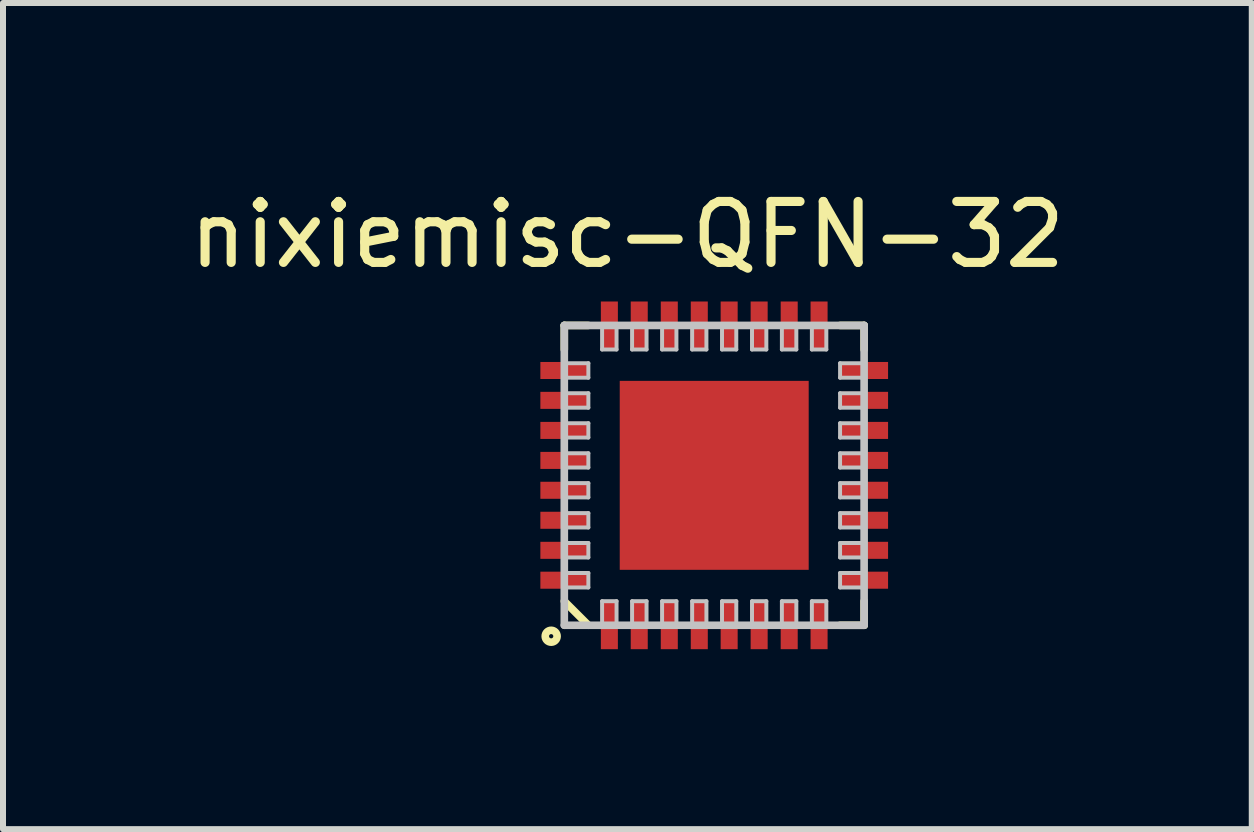
<source format=kicad_pcb>
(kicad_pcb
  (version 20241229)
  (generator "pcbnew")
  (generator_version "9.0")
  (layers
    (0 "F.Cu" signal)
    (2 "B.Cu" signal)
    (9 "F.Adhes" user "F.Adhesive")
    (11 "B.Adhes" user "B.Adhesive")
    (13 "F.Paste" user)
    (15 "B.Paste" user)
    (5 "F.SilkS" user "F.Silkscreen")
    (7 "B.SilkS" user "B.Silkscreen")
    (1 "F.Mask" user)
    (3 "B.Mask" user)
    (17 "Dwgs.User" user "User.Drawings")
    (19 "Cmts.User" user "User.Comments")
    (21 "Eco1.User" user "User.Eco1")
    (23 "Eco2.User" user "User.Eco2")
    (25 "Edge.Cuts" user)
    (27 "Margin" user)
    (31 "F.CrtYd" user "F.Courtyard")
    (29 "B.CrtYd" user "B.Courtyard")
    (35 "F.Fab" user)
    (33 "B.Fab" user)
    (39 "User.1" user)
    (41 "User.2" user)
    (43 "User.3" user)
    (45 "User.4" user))
  (footprint "nixiemisc-QFN-32"
    (placed yes)
    (layer "F.Cu")
    (at 8.856 4.874)
    (property "Reference" "nixiemisc-QFN-32" (at -1.448 -4.012 180) (layer "F.SilkS") (effects (font (size 1.016 1.016) (thickness 0.152))))
    (attr smd)
    (fp_line (start -2.499 -2.499) (end -2.098 -2.499) (stroke (width 0.127) (type solid)) (layer "F.SilkS"))
    (fp_line (start -2.499 -2.098) (end -2.499 -2.499) (stroke (width 0.127) (type solid)) (layer "F.SilkS"))
    (fp_line (start -2.499 2.098) (end -2.098 2.499) (stroke (width 0.127) (type solid)) (layer "F.SilkS"))
    (fp_line (start 2.098 -2.499) (end 2.499 -2.499) (stroke (width 0.127) (type solid)) (layer "F.SilkS"))
    (fp_line (start 2.499 -2.499) (end 2.499 -2.098) (stroke (width 0.127) (type solid)) (layer "F.SilkS"))
    (fp_line (start 2.499 2.098) (end 2.499 2.499) (stroke (width 0.127) (type solid)) (layer "F.SilkS"))
    (fp_line (start 2.499 2.499) (end 2.098 2.499) (stroke (width 0.127) (type solid)) (layer "F.SilkS"))
    (fp_circle (center -2.718 2.682) (end -2.718 2.583) (stroke (width 0.127) (type solid)) (fill no) (layer "F.SilkS"))
    (fp_line (start -1.448 -1.448) (end -0.15 -1.448) (stroke (width 0.066) (type solid)) (layer "F.Paste"))
    (fp_line (start -1.448 -0.15) (end -1.448 -1.448) (stroke (width 0.066) (type solid)) (layer "F.Paste"))
    (fp_line (start -1.448 -0.15) (end -0.15 -0.15) (stroke (width 0.066) (type solid)) (layer "F.Paste"))
    (fp_line (start -1.448 1.448) (end -1.448 0.15) (stroke (width 0.066) (type solid)) (layer "F.Paste"))
    (fp_line (start -0.15 -0.15) (end -0.15 -1.448) (stroke (width 0.066) (type solid)) (layer "F.Paste"))
    (fp_line (start -0.15 0.15) (end -1.448 0.15) (stroke (width 0.066) (type solid)) (layer "F.Paste"))
    (fp_line (start -0.15 1.448) (end -1.448 1.448) (stroke (width 0.066) (type solid)) (layer "F.Paste"))
    (fp_line (start -0.15 1.448) (end -0.15 0.15) (stroke (width 0.066) (type solid)) (layer "F.Paste"))
    (fp_line (start 0.15 -1.448) (end 0.15 -0.15) (stroke (width 0.066) (type solid)) (layer "F.Paste"))
    (fp_line (start 0.15 -1.448) (end 1.448 -1.448) (stroke (width 0.066) (type solid)) (layer "F.Paste"))
    (fp_line (start 0.15 -0.15) (end 1.448 -0.15) (stroke (width 0.066) (type solid)) (layer "F.Paste"))
    (fp_line (start 0.15 0.15) (end 0.15 1.448) (stroke (width 0.066) (type solid)) (layer "F.Paste"))
    (fp_line (start 1.448 -1.448) (end 1.448 -0.15) (stroke (width 0.066) (type solid)) (layer "F.Paste"))
    (fp_line (start 1.448 0.15) (end 0.15 0.15) (stroke (width 0.066) (type solid)) (layer "F.Paste"))
    (fp_line (start 1.448 0.15) (end 1.448 1.448) (stroke (width 0.066) (type solid)) (layer "F.Paste"))
    (fp_line (start 1.448 1.448) (end 0.15 1.448) (stroke (width 0.066) (type solid)) (layer "F.Paste"))
    (fp_line (start -2.499 -2.499) (end -2.499 2.499) (stroke (width 0.127) (type solid)) (layer "Dwgs.User"))
    (fp_line (start -2.499 -1.869) (end -2.098 -1.869) (stroke (width 0.066) (type solid)) (layer "Dwgs.User"))
    (fp_line (start -2.499 -1.628) (end -2.499 -1.869) (stroke (width 0.066) (type solid)) (layer "Dwgs.User"))
    (fp_line (start -2.499 -1.628) (end -2.098 -1.628) (stroke (width 0.066) (type solid)) (layer "Dwgs.User"))
    (fp_line (start -2.499 -1.369) (end -2.098 -1.369) (stroke (width 0.066) (type solid)) (layer "Dwgs.User"))
    (fp_line (start -2.499 -1.128) (end -2.499 -1.369) (stroke (width 0.066) (type solid)) (layer "Dwgs.User"))
    (fp_line (start -2.499 -1.128) (end -2.098 -1.128) (stroke (width 0.066) (type solid)) (layer "Dwgs.User"))
    (fp_line (start -2.499 -0.869) (end -2.098 -0.869) (stroke (width 0.066) (type solid)) (layer "Dwgs.User"))
    (fp_line (start -2.499 -0.63) (end -2.499 -0.869) (stroke (width 0.066) (type solid)) (layer "Dwgs.User"))
    (fp_line (start -2.499 -0.63) (end -2.098 -0.63) (stroke (width 0.066) (type solid)) (layer "Dwgs.User"))
    (fp_line (start -2.499 -0.368) (end -2.098 -0.368) (stroke (width 0.066) (type solid)) (layer "Dwgs.User"))
    (fp_line (start -2.499 -0.13) (end -2.499 -0.368) (stroke (width 0.066) (type solid)) (layer "Dwgs.User"))
    (fp_line (start -2.499 -0.13) (end -2.098 -0.13) (stroke (width 0.066) (type solid)) (layer "Dwgs.User"))
    (fp_line (start -2.499 0.13) (end -2.098 0.13) (stroke (width 0.066) (type solid)) (layer "Dwgs.User"))
    (fp_line (start -2.499 0.368) (end -2.499 0.13) (stroke (width 0.066) (type solid)) (layer "Dwgs.User"))
    (fp_line (start -2.499 0.368) (end -2.098 0.368) (stroke (width 0.066) (type solid)) (layer "Dwgs.User"))
    (fp_line (start -2.499 0.63) (end -2.098 0.63) (stroke (width 0.066) (type solid)) (layer "Dwgs.User"))
    (fp_line (start -2.499 0.869) (end -2.499 0.63) (stroke (width 0.066) (type solid)) (layer "Dwgs.User"))
    (fp_line (start -2.499 0.869) (end -2.098 0.869) (stroke (width 0.066) (type solid)) (layer "Dwgs.User"))
    (fp_line (start -2.499 1.128) (end -2.098 1.128) (stroke (width 0.066) (type solid)) (layer "Dwgs.User"))
    (fp_line (start -2.499 1.369) (end -2.499 1.128) (stroke (width 0.066) (type solid)) (layer "Dwgs.User"))
    (fp_line (start -2.499 1.369) (end -2.098 1.369) (stroke (width 0.066) (type solid)) (layer "Dwgs.User"))
    (fp_line (start -2.499 1.628) (end -2.098 1.628) (stroke (width 0.066) (type solid)) (layer "Dwgs.User"))
    (fp_line (start -2.499 1.869) (end -2.499 1.628) (stroke (width 0.066) (type solid)) (layer "Dwgs.User"))
    (fp_line (start -2.499 1.869) (end -2.098 1.869) (stroke (width 0.066) (type solid)) (layer "Dwgs.User"))
    (fp_line (start -2.499 2.499) (end 2.499 2.499) (stroke (width 0.127) (type solid)) (layer "Dwgs.User"))
    (fp_line (start -2.098 -1.628) (end -2.098 -1.869) (stroke (width 0.066) (type solid)) (layer "Dwgs.User"))
    (fp_line (start -2.098 -1.128) (end -2.098 -1.369) (stroke (width 0.066) (type solid)) (layer "Dwgs.User"))
    (fp_line (start -2.098 -0.63) (end -2.098 -0.869) (stroke (width 0.066) (type solid)) (layer "Dwgs.User"))
    (fp_line (start -2.098 -0.13) (end -2.098 -0.368) (stroke (width 0.066) (type solid)) (layer "Dwgs.User"))
    (fp_line (start -2.098 0.368) (end -2.098 0.13) (stroke (width 0.066) (type solid)) (layer "Dwgs.User"))
    (fp_line (start -2.098 0.869) (end -2.098 0.63) (stroke (width 0.066) (type solid)) (layer "Dwgs.User"))
    (fp_line (start -2.098 1.369) (end -2.098 1.128) (stroke (width 0.066) (type solid)) (layer "Dwgs.User"))
    (fp_line (start -2.098 1.869) (end -2.098 1.628) (stroke (width 0.066) (type solid)) (layer "Dwgs.User"))
    (fp_line (start -1.869 -2.499) (end -1.869 -2.098) (stroke (width 0.066) (type solid)) (layer "Dwgs.User"))
    (fp_line (start -1.869 -2.499) (end -1.628 -2.499) (stroke (width 0.066) (type solid)) (layer "Dwgs.User"))
    (fp_line (start -1.869 -2.098) (end -1.628 -2.098) (stroke (width 0.066) (type solid)) (layer "Dwgs.User"))
    (fp_line (start -1.869 2.499) (end -1.869 2.098) (stroke (width 0.066) (type solid)) (layer "Dwgs.User"))
    (fp_line (start -1.628 -2.499) (end -1.628 -2.098) (stroke (width 0.066) (type solid)) (layer "Dwgs.User"))
    (fp_line (start -1.628 2.098) (end -1.869 2.098) (stroke (width 0.066) (type solid)) (layer "Dwgs.User"))
    (fp_line (start -1.628 2.499) (end -1.869 2.499) (stroke (width 0.066) (type solid)) (layer "Dwgs.User"))
    (fp_line (start -1.628 2.499) (end -1.628 2.098) (stroke (width 0.066) (type solid)) (layer "Dwgs.User"))
    (fp_line (start -1.369 -2.499) (end -1.369 -2.098) (stroke (width 0.066) (type solid)) (layer "Dwgs.User"))
    (fp_line (start -1.369 -2.499) (end -1.128 -2.499) (stroke (width 0.066) (type solid)) (layer "Dwgs.User"))
    (fp_line (start -1.369 -2.098) (end -1.128 -2.098) (stroke (width 0.066) (type solid)) (layer "Dwgs.User"))
    (fp_line (start -1.369 2.499) (end -1.369 2.098) (stroke (width 0.066) (type solid)) (layer "Dwgs.User"))
    (fp_line (start -1.128 -2.499) (end -1.128 -2.098) (stroke (width 0.066) (type solid)) (layer "Dwgs.User"))
    (fp_line (start -1.128 2.098) (end -1.369 2.098) (stroke (width 0.066) (type solid)) (layer "Dwgs.User"))
    (fp_line (start -1.128 2.499) (end -1.369 2.499) (stroke (width 0.066) (type solid)) (layer "Dwgs.User"))
    (fp_line (start -1.128 2.499) (end -1.128 2.098) (stroke (width 0.066) (type solid)) (layer "Dwgs.User"))
    (fp_line (start -0.869 -2.499) (end -0.869 -2.098) (stroke (width 0.066) (type solid)) (layer "Dwgs.User"))
    (fp_line (start -0.869 -2.499) (end -0.63 -2.499) (stroke (width 0.066) (type solid)) (layer "Dwgs.User"))
    (fp_line (start -0.869 -2.098) (end -0.63 -2.098) (stroke (width 0.066) (type solid)) (layer "Dwgs.User"))
    (fp_line (start -0.869 2.499) (end -0.869 2.098) (stroke (width 0.066) (type solid)) (layer "Dwgs.User"))
    (fp_line (start -0.63 -2.499) (end -0.63 -2.098) (stroke (width 0.066) (type solid)) (layer "Dwgs.User"))
    (fp_line (start -0.63 2.098) (end -0.869 2.098) (stroke (width 0.066) (type solid)) (layer "Dwgs.User"))
    (fp_line (start -0.63 2.499) (end -0.869 2.499) (stroke (width 0.066) (type solid)) (layer "Dwgs.User"))
    (fp_line (start -0.63 2.499) (end -0.63 2.098) (stroke (width 0.066) (type solid)) (layer "Dwgs.User"))
    (fp_line (start -0.368 -2.499) (end -0.368 -2.098) (stroke (width 0.066) (type solid)) (layer "Dwgs.User"))
    (fp_line (start -0.368 -2.499) (end -0.13 -2.499) (stroke (width 0.066) (type solid)) (layer "Dwgs.User"))
    (fp_line (start -0.368 -2.098) (end -0.13 -2.098) (stroke (width 0.066) (type solid)) (layer "Dwgs.User"))
    (fp_line (start -0.368 2.499) (end -0.368 2.098) (stroke (width 0.066) (type solid)) (layer "Dwgs.User"))
    (fp_line (start -0.13 -2.499) (end -0.13 -2.098) (stroke (width 0.066) (type solid)) (layer "Dwgs.User"))
    (fp_line (start -0.13 2.098) (end -0.368 2.098) (stroke (width 0.066) (type solid)) (layer "Dwgs.User"))
    (fp_line (start -0.13 2.499) (end -0.368 2.499) (stroke (width 0.066) (type solid)) (layer "Dwgs.User"))
    (fp_line (start -0.13 2.499) (end -0.13 2.098) (stroke (width 0.066) (type solid)) (layer "Dwgs.User"))
    (fp_line (start 0.13 -2.499) (end 0.13 -2.098) (stroke (width 0.066) (type solid)) (layer "Dwgs.User"))
    (fp_line (start 0.13 -2.499) (end 0.368 -2.499) (stroke (width 0.066) (type solid)) (layer "Dwgs.User"))
    (fp_line (start 0.13 -2.098) (end 0.368 -2.098) (stroke (width 0.066) (type solid)) (layer "Dwgs.User"))
    (fp_line (start 0.13 2.499) (end 0.13 2.098) (stroke (width 0.066) (type solid)) (layer "Dwgs.User"))
    (fp_line (start 0.368 -2.499) (end 0.368 -2.098) (stroke (width 0.066) (type solid)) (layer "Dwgs.User"))
    (fp_line (start 0.368 2.098) (end 0.13 2.098) (stroke (width 0.066) (type solid)) (layer "Dwgs.User"))
    (fp_line (start 0.368 2.499) (end 0.13 2.499) (stroke (width 0.066) (type solid)) (layer "Dwgs.User"))
    (fp_line (start 0.368 2.499) (end 0.368 2.098) (stroke (width 0.066) (type solid)) (layer "Dwgs.User"))
    (fp_line (start 0.63 -2.499) (end 0.63 -2.098) (stroke (width 0.066) (type solid)) (layer "Dwgs.User"))
    (fp_line (start 0.63 -2.499) (end 0.869 -2.499) (stroke (width 0.066) (type solid)) (layer "Dwgs.User"))
    (fp_line (start 0.63 -2.098) (end 0.869 -2.098) (stroke (width 0.066) (type solid)) (layer "Dwgs.User"))
    (fp_line (start 0.63 2.499) (end 0.63 2.098) (stroke (width 0.066) (type solid)) (layer "Dwgs.User"))
    (fp_line (start 0.869 -2.499) (end 0.869 -2.098) (stroke (width 0.066) (type solid)) (layer "Dwgs.User"))
    (fp_line (start 0.869 2.098) (end 0.63 2.098) (stroke (width 0.066) (type solid)) (layer "Dwgs.User"))
    (fp_line (start 0.869 2.499) (end 0.63 2.499) (stroke (width 0.066) (type solid)) (layer "Dwgs.User"))
    (fp_line (start 0.869 2.499) (end 0.869 2.098) (stroke (width 0.066) (type solid)) (layer "Dwgs.User"))
    (fp_line (start 1.128 -2.499) (end 1.128 -2.098) (stroke (width 0.066) (type solid)) (layer "Dwgs.User"))
    (fp_line (start 1.128 -2.499) (end 1.369 -2.499) (stroke (width 0.066) (type solid)) (layer "Dwgs.User"))
    (fp_line (start 1.128 -2.098) (end 1.369 -2.098) (stroke (width 0.066) (type solid)) (layer "Dwgs.User"))
    (fp_line (start 1.128 2.499) (end 1.128 2.098) (stroke (width 0.066) (type solid)) (layer "Dwgs.User"))
    (fp_line (start 1.369 -2.499) (end 1.369 -2.098) (stroke (width 0.066) (type solid)) (layer "Dwgs.User"))
    (fp_line (start 1.369 2.098) (end 1.128 2.098) (stroke (width 0.066) (type solid)) (layer "Dwgs.User"))
    (fp_line (start 1.369 2.499) (end 1.128 2.499) (stroke (width 0.066) (type solid)) (layer "Dwgs.User"))
    (fp_line (start 1.369 2.499) (end 1.369 2.098) (stroke (width 0.066) (type solid)) (layer "Dwgs.User"))
    (fp_line (start 1.628 -2.499) (end 1.628 -2.098) (stroke (width 0.066) (type solid)) (layer "Dwgs.User"))
    (fp_line (start 1.628 -2.499) (end 1.869 -2.499) (stroke (width 0.066) (type solid)) (layer "Dwgs.User"))
    (fp_line (start 1.628 -2.098) (end 1.869 -2.098) (stroke (width 0.066) (type solid)) (layer "Dwgs.User"))
    (fp_line (start 1.628 2.499) (end 1.628 2.098) (stroke (width 0.066) (type solid)) (layer "Dwgs.User"))
    (fp_line (start 1.869 -2.499) (end 1.869 -2.098) (stroke (width 0.066) (type solid)) (layer "Dwgs.User"))
    (fp_line (start 1.869 2.098) (end 1.628 2.098) (stroke (width 0.066) (type solid)) (layer "Dwgs.User"))
    (fp_line (start 1.869 2.499) (end 1.628 2.499) (stroke (width 0.066) (type solid)) (layer "Dwgs.User"))
    (fp_line (start 1.869 2.499) (end 1.869 2.098) (stroke (width 0.066) (type solid)) (layer "Dwgs.User"))
    (fp_line (start 2.098 -1.869) (end 2.098 -1.628) (stroke (width 0.066) (type solid)) (layer "Dwgs.User"))
    (fp_line (start 2.098 -1.369) (end 2.098 -1.128) (stroke (width 0.066) (type solid)) (layer "Dwgs.User"))
    (fp_line (start 2.098 -0.869) (end 2.098 -0.63) (stroke (width 0.066) (type solid)) (layer "Dwgs.User"))
    (fp_line (start 2.098 -0.368) (end 2.098 -0.13) (stroke (width 0.066) (type solid)) (layer "Dwgs.User"))
    (fp_line (start 2.098 0.13) (end 2.098 0.368) (stroke (width 0.066) (type solid)) (layer "Dwgs.User"))
    (fp_line (start 2.098 0.63) (end 2.098 0.869) (stroke (width 0.066) (type solid)) (layer "Dwgs.User"))
    (fp_line (start 2.098 1.128) (end 2.098 1.369) (stroke (width 0.066) (type solid)) (layer "Dwgs.User"))
    (fp_line (start 2.098 1.628) (end 2.098 1.869) (stroke (width 0.066) (type solid)) (layer "Dwgs.User"))
    (fp_line (start 2.499 -2.499) (end -2.499 -2.499) (stroke (width 0.127) (type solid)) (layer "Dwgs.User"))
    (fp_line (start 2.499 -1.869) (end 2.098 -1.869) (stroke (width 0.066) (type solid)) (layer "Dwgs.User"))
    (fp_line (start 2.499 -1.869) (end 2.499 -1.628) (stroke (width 0.066) (type solid)) (layer "Dwgs.User"))
    (fp_line (start 2.499 -1.628) (end 2.098 -1.628) (stroke (width 0.066) (type solid)) (layer "Dwgs.User"))
    (fp_line (start 2.499 -1.369) (end 2.098 -1.369) (stroke (width 0.066) (type solid)) (layer "Dwgs.User"))
    (fp_line (start 2.499 -1.369) (end 2.499 -1.128) (stroke (width 0.066) (type solid)) (layer "Dwgs.User"))
    (fp_line (start 2.499 -1.128) (end 2.098 -1.128) (stroke (width 0.066) (type solid)) (layer "Dwgs.User"))
    (fp_line (start 2.499 -0.869) (end 2.098 -0.869) (stroke (width 0.066) (type solid)) (layer "Dwgs.User"))
    (fp_line (start 2.499 -0.869) (end 2.499 -0.63) (stroke (width 0.066) (type solid)) (layer "Dwgs.User"))
    (fp_line (start 2.499 -0.63) (end 2.098 -0.63) (stroke (width 0.066) (type solid)) (layer "Dwgs.User"))
    (fp_line (start 2.499 -0.368) (end 2.098 -0.368) (stroke (width 0.066) (type solid)) (layer "Dwgs.User"))
    (fp_line (start 2.499 -0.368) (end 2.499 -0.13) (stroke (width 0.066) (type solid)) (layer "Dwgs.User"))
    (fp_line (start 2.499 -0.13) (end 2.098 -0.13) (stroke (width 0.066) (type solid)) (layer "Dwgs.User"))
    (fp_line (start 2.499 0.13) (end 2.098 0.13) (stroke (width 0.066) (type solid)) (layer "Dwgs.User"))
    (fp_line (start 2.499 0.13) (end 2.499 0.368) (stroke (width 0.066) (type solid)) (layer "Dwgs.User"))
    (fp_line (start 2.499 0.368) (end 2.098 0.368) (stroke (width 0.066) (type solid)) (layer "Dwgs.User"))
    (fp_line (start 2.499 0.63) (end 2.098 0.63) (stroke (width 0.066) (type solid)) (layer "Dwgs.User"))
    (fp_line (start 2.499 0.63) (end 2.499 0.869) (stroke (width 0.066) (type solid)) (layer "Dwgs.User"))
    (fp_line (start 2.499 0.869) (end 2.098 0.869) (stroke (width 0.066) (type solid)) (layer "Dwgs.User"))
    (fp_line (start 2.499 1.128) (end 2.098 1.128) (stroke (width 0.066) (type solid)) (layer "Dwgs.User"))
    (fp_line (start 2.499 1.128) (end 2.499 1.369) (stroke (width 0.066) (type solid)) (layer "Dwgs.User"))
    (fp_line (start 2.499 1.369) (end 2.098 1.369) (stroke (width 0.066) (type solid)) (layer "Dwgs.User"))
    (fp_line (start 2.499 1.628) (end 2.098 1.628) (stroke (width 0.066) (type solid)) (layer "Dwgs.User"))
    (fp_line (start 2.499 1.628) (end 2.499 1.869) (stroke (width 0.066) (type solid)) (layer "Dwgs.User"))
    (fp_line (start 2.499 1.869) (end 2.098 1.869) (stroke (width 0.066) (type solid)) (layer "Dwgs.User"))
    (fp_line (start 2.499 2.499) (end 2.499 -2.499) (stroke (width 0.127) (type solid)) (layer "Dwgs.User"))
    (pad "1" smd rect (at -1.748 2.499 90) (size 0.798 0.284) (layers "F.Cu" "F.Mask" "F.Paste"))
    (pad "2" smd rect (at -1.25 2.499 90) (size 0.798 0.284) (layers "F.Cu" "F.Mask" "F.Paste"))
    (pad "3" smd rect (at -0.749 2.499 90) (size 0.798 0.284) (layers "F.Cu" "F.Mask" "F.Paste"))
    (pad "4" smd rect (at -0.249 2.499 90) (size 0.798 0.284) (layers "F.Cu" "F.Mask" "F.Paste"))
    (pad "5" smd rect (at 0.249 2.499 90) (size 0.798 0.284) (layers "F.Cu" "F.Mask" "F.Paste"))
    (pad "6" smd rect (at 0.749 2.499 90) (size 0.798 0.284) (layers "F.Cu" "F.Mask" "F.Paste"))
    (pad "7" smd rect (at 1.25 2.499 90) (size 0.798 0.284) (layers "F.Cu" "F.Mask" "F.Paste"))
    (pad "8" smd rect (at 1.748 2.499 90) (size 0.798 0.284) (layers "F.Cu" "F.Mask" "F.Paste"))
    (pad "9" smd rect (at 2.499 1.748 180) (size 0.798 0.284) (layers "F.Cu" "F.Mask" "F.Paste"))
    (pad "10" smd rect (at 2.499 1.25 180) (size 0.798 0.284) (layers "F.Cu" "F.Mask" "F.Paste"))
    (pad "11" smd rect (at 2.499 0.749 180) (size 0.798 0.284) (layers "F.Cu" "F.Mask" "F.Paste"))
    (pad "12" smd rect (at 2.499 0.249 180) (size 0.798 0.284) (layers "F.Cu" "F.Mask" "F.Paste"))
    (pad "13" smd rect (at 2.499 -0.249 180) (size 0.798 0.284) (layers "F.Cu" "F.Mask" "F.Paste"))
    (pad "14" smd rect (at 2.499 -0.749 180) (size 0.798 0.284) (layers "F.Cu" "F.Mask" "F.Paste"))
    (pad "15" smd rect (at 2.499 -1.25 180) (size 0.798 0.284) (layers "F.Cu" "F.Mask" "F.Paste"))
    (pad "16" smd rect (at 2.499 -1.748 180) (size 0.798 0.284) (layers "F.Cu" "F.Mask" "F.Paste"))
    (pad "17" smd rect (at 1.748 -2.499 270) (size 0.798 0.284) (layers "F.Cu" "F.Mask" "F.Paste"))
    (pad "18" smd rect (at 1.25 -2.499 270) (size 0.798 0.284) (layers "F.Cu" "F.Mask" "F.Paste"))
    (pad "19" smd rect (at 0.749 -2.499 270) (size 0.798 0.284) (layers "F.Cu" "F.Mask" "F.Paste"))
    (pad "20" smd rect (at 0.249 -2.499 270) (size 0.798 0.284) (layers "F.Cu" "F.Mask" "F.Paste"))
    (pad "21" smd rect (at -0.249 -2.499 270) (size 0.798 0.284) (layers "F.Cu" "F.Mask" "F.Paste"))
    (pad "22" smd rect (at -0.749 -2.499 270) (size 0.798 0.284) (layers "F.Cu" "F.Mask" "F.Paste"))
    (pad "23" smd rect (at -1.25 -2.499 270) (size 0.798 0.284) (layers "F.Cu" "F.Mask" "F.Paste"))
    (pad "24" smd rect (at -1.748 -2.499 270) (size 0.798 0.284) (layers "F.Cu" "F.Mask" "F.Paste"))
    (pad "25" smd rect (at -2.499 -1.748) (size 0.798 0.284) (layers "F.Cu" "F.Mask" "F.Paste"))
    (pad "26" smd rect (at -2.499 -1.25) (size 0.798 0.284) (layers "F.Cu" "F.Mask" "F.Paste"))
    (pad "27" smd rect (at -2.499 -0.749) (size 0.798 0.284) (layers "F.Cu" "F.Mask" "F.Paste"))
    (pad "28" smd rect (at -2.499 -0.249) (size 0.798 0.284) (layers "F.Cu" "F.Mask" "F.Paste"))
    (pad "29" smd rect (at -2.499 0.249) (size 0.798 0.284) (layers "F.Cu" "F.Mask" "F.Paste"))
    (pad "30" smd rect (at -2.499 0.749) (size 0.798 0.284) (layers "F.Cu" "F.Mask" "F.Paste"))
    (pad "31" smd rect (at -2.499 1.25) (size 0.798 0.284) (layers "F.Cu" "F.Mask" "F.Paste"))
    (pad "32" smd rect (at -2.499 1.748) (size 0.798 0.284) (layers "F.Cu" "F.Mask" "F.Paste"))
    (pad "EP" smd rect (at 0 0) (size 3.15 3.15) (layers "F.Cu" "F.Mask" "F.Paste")))
  (gr_rect
    (start -3 -3)
    (end 17.817 10.772)
    (stroke (width 0.1) (type default))
    (fill no)
    (layer "Edge.Cuts")))
</source>
